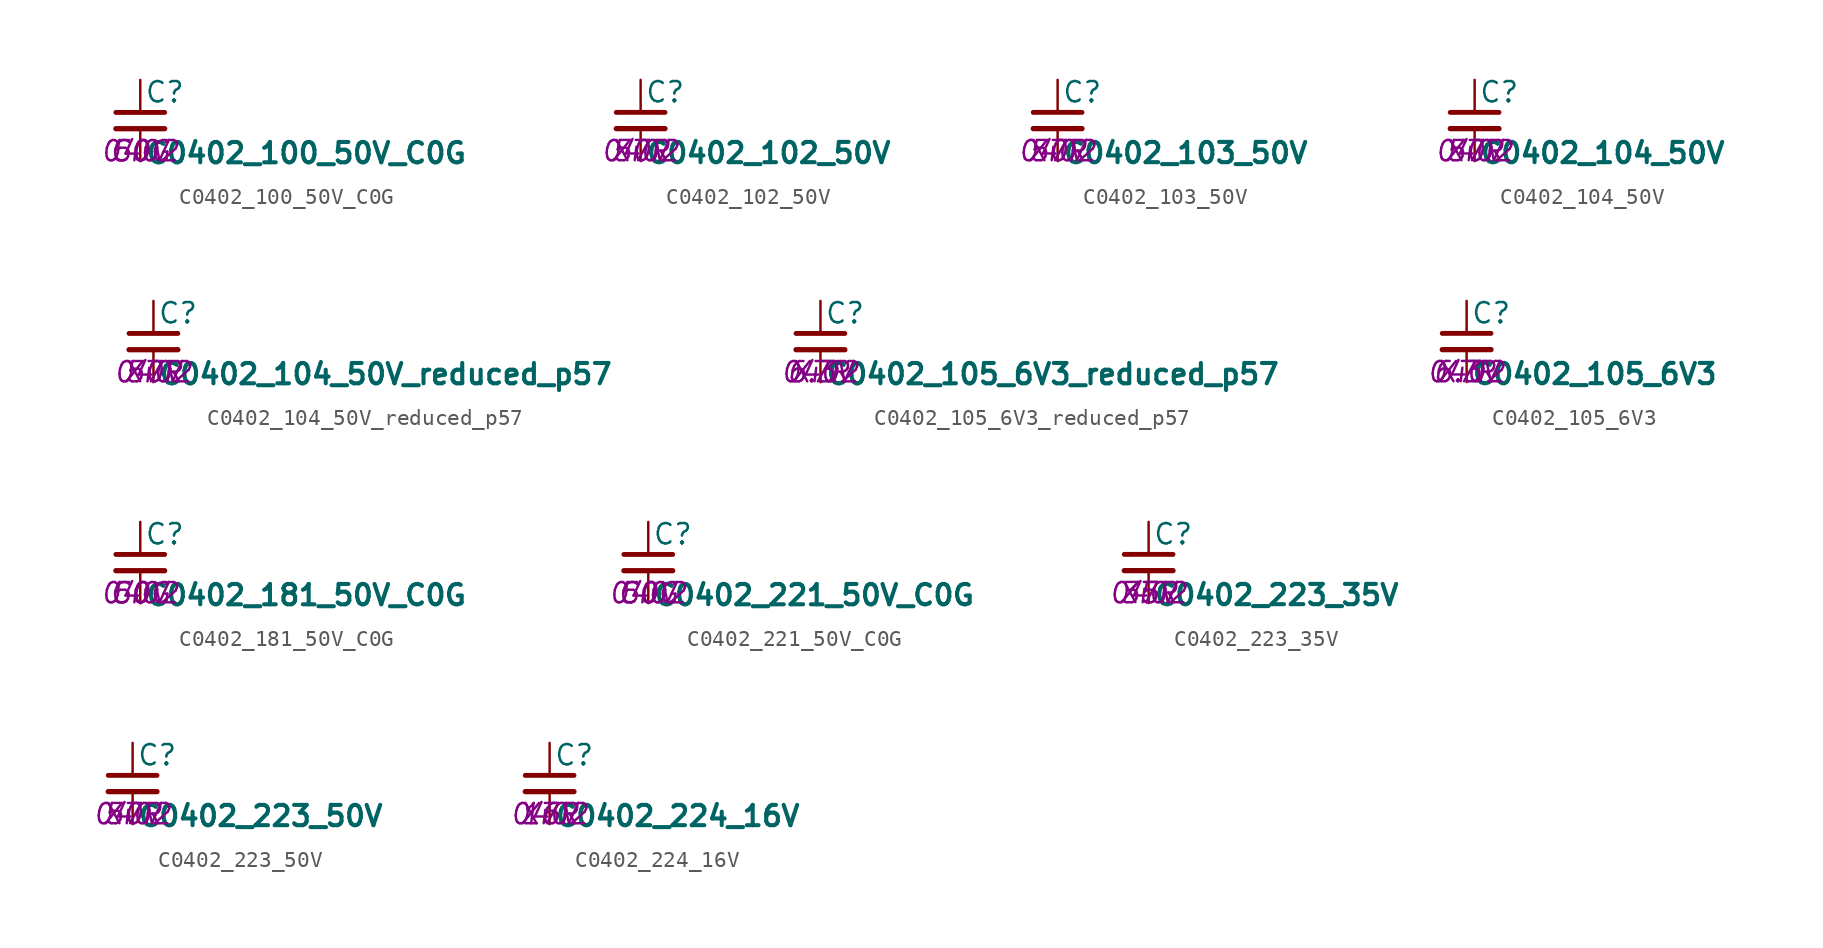
<source format=kicad_sym>
(kicad_symbol_lib
  (version 20211014)
  (generator kicad_symbol_editor)
  (symbol "C0402_100_50V_C0G"
    (pin_numbers hide)
    (pin_names
      (offset 0.254) hide)
    (property "Reference" "C"
      (at 0.254 1.778 0)
      (effects (font (size 1.27 1.27)) (justify left)))
    (property "Value" "C0402_100_50V_C0G"
      (at 0.254 -2.032 0)
      (effects (font (size 1.27 1.27) bold) (justify left)))
    (property "Case" "0402"
      (at 0 -1.905 0)
      (effects (font (size 1.27 1.27) italic)))
    (property "Tc" "C0G"
      (at 0 -1.905 0)
      (effects (font (size 1.27 1.27) italic)))
    (property "Vmax" "50V"
      (at 0 -1.905 0)
      (effects (font (size 1.27 1.27) italic)))
    (symbol "C0402_100_50V_C0G_0_1"
      (polyline (pts (xy -1.524 -0.508) (xy 1.524 -0.508)) (stroke (width 0.33) (type default) (color 0 0 0 0)) (fill (type none)))
      (polyline (pts (xy -1.524 0.508) (xy 1.524 0.508)) (stroke (width 0.305) (type default) (color 0 0 0 0)) (fill (type none))))
    (symbol "C0402_100_50V_C0G_1_1"
      (pin passive line (at 0 2.54 270) (length 2.032) (name "~" (effects (font (size 1.27 1.27)))) (number "1" (effects (font (size 1.27 1.27)))))
      (pin passive line (at 0 -2.54 90) (length 2.032) (name "~" (effects (font (size 1.27 1.27)))) (number "2" (effects (font (size 1.27 1.27)))))))
  (symbol "C0402_102_50V"
    (pin_numbers hide)
    (pin_names
      (offset 0.254) hide)
    (property "Reference" "C"
      (at 0.254 1.778 0)
      (effects (font (size 1.27 1.27)) (justify left)))
    (property "Value" "C0402_102_50V"
      (at 0.254 -2.032 0)
      (effects (font (size 1.27 1.27) bold) (justify left)))
    (property "Case" "0402"
      (at 0 -1.905 0)
      (effects (font (size 1.27 1.27) italic)))
    (property "Tc" "X7R"
      (at 0 -1.905 0)
      (effects (font (size 1.27 1.27) italic)))
    (property "Vmax" "50V"
      (at 0 -1.905 0)
      (effects (font (size 1.27 1.27) italic)))
    (symbol "C0402_102_50V_0_1"
      (polyline (pts (xy -1.524 -0.508) (xy 1.524 -0.508)) (stroke (width 0.33) (type default) (color 0 0 0 0)) (fill (type none)))
      (polyline (pts (xy -1.524 0.508) (xy 1.524 0.508)) (stroke (width 0.305) (type default) (color 0 0 0 0)) (fill (type none))))
    (symbol "C0402_102_50V_1_1"
      (pin passive line (at 0 2.54 270) (length 2.032) (name "~" (effects (font (size 1.27 1.27)))) (number "1" (effects (font (size 1.27 1.27)))))
      (pin passive line (at 0 -2.54 90) (length 2.032) (name "~" (effects (font (size 1.27 1.27)))) (number "2" (effects (font (size 1.27 1.27)))))))
  (symbol "C0402_103_50V"
    (pin_numbers hide)
    (pin_names
      (offset 0.254) hide)
    (property "Reference" "C"
      (at 0.254 1.778 0)
      (effects (font (size 1.27 1.27)) (justify left)))
    (property "Value" "C0402_103_50V"
      (at 0.254 -2.032 0)
      (effects (font (size 1.27 1.27) bold) (justify left)))
    (property "Case" "0402"
      (at 0 -1.905 0)
      (effects (font (size 1.27 1.27) italic)))
    (property "Tc" "X7R"
      (at 0 -1.905 0)
      (effects (font (size 1.27 1.27) italic)))
    (property "Vmax" "50V"
      (at 0 -1.905 0)
      (effects (font (size 1.27 1.27) italic)))
    (symbol "C0402_103_50V_0_1"
      (polyline (pts (xy -1.524 -0.508) (xy 1.524 -0.508)) (stroke (width 0.33) (type default) (color 0 0 0 0)) (fill (type none)))
      (polyline (pts (xy -1.524 0.508) (xy 1.524 0.508)) (stroke (width 0.305) (type default) (color 0 0 0 0)) (fill (type none))))
    (symbol "C0402_103_50V_1_1"
      (pin passive line (at 0 2.54 270) (length 2.032) (name "~" (effects (font (size 1.27 1.27)))) (number "1" (effects (font (size 1.27 1.27)))))
      (pin passive line (at 0 -2.54 90) (length 2.032) (name "~" (effects (font (size 1.27 1.27)))) (number "2" (effects (font (size 1.27 1.27)))))))
  (symbol "C0402_104_50V"
    (pin_numbers hide)
    (pin_names
      (offset 0.254) hide)
    (property "Reference" "C"
      (at 0.254 1.778 0)
      (effects (font (size 1.27 1.27)) (justify left)))
    (property "Value" "C0402_104_50V"
      (at 0.254 -2.032 0)
      (effects (font (size 1.27 1.27) bold) (justify left)))
    (property "Case" "0402"
      (at 0 -1.905 0)
      (effects (font (size 1.27 1.27) italic)))
    (property "Tc" "X7R"
      (at 0 -1.905 0)
      (effects (font (size 1.27 1.27) italic)))
    (property "Vmax" "50V"
      (at 0 -1.905 0)
      (effects (font (size 1.27 1.27) italic)))
    (symbol "C0402_104_50V_0_1"
      (polyline (pts (xy -1.524 -0.508) (xy 1.524 -0.508)) (stroke (width 0.33) (type default) (color 0 0 0 0)) (fill (type none)))
      (polyline (pts (xy -1.524 0.508) (xy 1.524 0.508)) (stroke (width 0.305) (type default) (color 0 0 0 0)) (fill (type none))))
    (symbol "C0402_104_50V_1_1"
      (pin passive line (at 0 2.54 270) (length 2.032) (name "~" (effects (font (size 1.27 1.27)))) (number "1" (effects (font (size 1.27 1.27)))))
      (pin passive line (at 0 -2.54 90) (length 2.032) (name "~" (effects (font (size 1.27 1.27)))) (number "2" (effects (font (size 1.27 1.27)))))))
  (symbol "C0402_104_50V_reduced_p57"
    (pin_numbers hide)
    (pin_names
      (offset 0.254) hide)
    (property "Reference" "C"
      (at 0.254 1.778 0)
      (effects (font (size 1.27 1.27)) (justify left)))
    (property "Value" "C0402_104_50V_reduced_p57"
      (at 0.254 -2.032 0)
      (effects (font (size 1.27 1.27) bold) (justify left)))
    (property "Case" "0402"
      (at 0 -1.905 0)
      (effects (font (size 1.27 1.27) italic)))
    (property "Tc" "X7R"
      (at 0 -1.905 0)
      (effects (font (size 1.27 1.27) italic)))
    (property "Vmax" "50V"
      (at 0 -1.905 0)
      (effects (font (size 1.27 1.27) italic)))
    (symbol "C0402_104_50V_reduced_p57_0_1"
      (polyline (pts (xy -1.524 -0.508) (xy 1.524 -0.508)) (stroke (width 0.33) (type default) (color 0 0 0 0)) (fill (type none)))
      (polyline (pts (xy -1.524 0.508) (xy 1.524 0.508)) (stroke (width 0.305) (type default) (color 0 0 0 0)) (fill (type none))))
    (symbol "C0402_104_50V_reduced_p57_1_1"
      (pin passive line (at 0 2.54 270) (length 2.032) (name "~" (effects (font (size 1.27 1.27)))) (number "1" (effects (font (size 1.27 1.27)))))
      (pin passive line (at 0 -2.54 90) (length 2.032) (name "~" (effects (font (size 1.27 1.27)))) (number "2" (effects (font (size 1.27 1.27)))))))
  (symbol "C0402_105_6V3_reduced_p57"
    (pin_numbers hide)
    (pin_names
      (offset 0.254) hide)
    (property "Reference" "C"
      (at 0.254 1.778 0)
      (effects (font (size 1.27 1.27)) (justify left)))
    (property "Value" "C0402_105_6V3_reduced_p57"
      (at 0.254 -2.032 0)
      (effects (font (size 1.27 1.27) bold) (justify left)))
    (property "Case" "0402"
      (at 0 -1.905 0)
      (effects (font (size 1.27 1.27) italic)))
    (property "Tc" "X7R"
      (at 0 -1.905 0)
      (effects (font (size 1.27 1.27) italic)))
    (property "Vmax" "6.3V"
      (at 0 -1.905 0)
      (effects (font (size 1.27 1.27) italic)))
    (symbol "C0402_105_6V3_reduced_p57_0_1"
      (polyline (pts (xy -1.524 -0.508) (xy 1.524 -0.508)) (stroke (width 0.33) (type default) (color 0 0 0 0)) (fill (type none)))
      (polyline (pts (xy -1.524 0.508) (xy 1.524 0.508)) (stroke (width 0.305) (type default) (color 0 0 0 0)) (fill (type none))))
    (symbol "C0402_105_6V3_reduced_p57_1_1"
      (pin passive line (at 0 2.54 270) (length 2.032) (name "~" (effects (font (size 1.27 1.27)))) (number "1" (effects (font (size 1.27 1.27)))))
      (pin passive line (at 0 -2.54 90) (length 2.032) (name "~" (effects (font (size 1.27 1.27)))) (number "2" (effects (font (size 1.27 1.27)))))))
  (symbol "C0402_105_6V3"
    (pin_numbers hide)
    (pin_names
      (offset 0.254) hide)
    (property "Reference" "C"
      (at 0.254 1.778 0)
      (effects (font (size 1.27 1.27)) (justify left)))
    (property "Value" "C0402_105_6V3"
      (at 0.254 -2.032 0)
      (effects (font (size 1.27 1.27) bold) (justify left)))
    (property "Case" "0402"
      (at 0 -1.905 0)
      (effects (font (size 1.27 1.27) italic)))
    (property "Tc" "X7R"
      (at 0 -1.905 0)
      (effects (font (size 1.27 1.27) italic)))
    (property "Vmax" "6.3V"
      (at 0 -1.905 0)
      (effects (font (size 1.27 1.27) italic)))
    (symbol "C0402_105_6V3_0_1"
      (polyline (pts (xy -1.524 -0.508) (xy 1.524 -0.508)) (stroke (width 0.33) (type default) (color 0 0 0 0)) (fill (type none)))
      (polyline (pts (xy -1.524 0.508) (xy 1.524 0.508)) (stroke (width 0.305) (type default) (color 0 0 0 0)) (fill (type none))))
    (symbol "C0402_105_6V3_1_1"
      (pin passive line (at 0 2.54 270) (length 2.032) (name "~" (effects (font (size 1.27 1.27)))) (number "1" (effects (font (size 1.27 1.27)))))
      (pin passive line (at 0 -2.54 90) (length 2.032) (name "~" (effects (font (size 1.27 1.27)))) (number "2" (effects (font (size 1.27 1.27)))))))
  (symbol "C0402_181_50V_C0G"
    (pin_numbers hide)
    (pin_names
      (offset 0.254) hide)
    (property "Reference" "C"
      (at 0.254 1.778 0)
      (effects (font (size 1.27 1.27)) (justify left)))
    (property "Value" "C0402_181_50V_C0G"
      (at 0.254 -2.032 0)
      (effects (font (size 1.27 1.27) bold) (justify left)))
    (property "Case" "0402"
      (at 0 -1.905 0)
      (effects (font (size 1.27 1.27) italic)))
    (property "Tc" "C0G"
      (at 0 -1.905 0)
      (effects (font (size 1.27 1.27) italic)))
    (property "Vmax" "50V"
      (at 0 -1.905 0)
      (effects (font (size 1.27 1.27) italic)))
    (symbol "C0402_181_50V_C0G_0_1"
      (polyline (pts (xy -1.524 -0.508) (xy 1.524 -0.508)) (stroke (width 0.33) (type default) (color 0 0 0 0)) (fill (type none)))
      (polyline (pts (xy -1.524 0.508) (xy 1.524 0.508)) (stroke (width 0.305) (type default) (color 0 0 0 0)) (fill (type none))))
    (symbol "C0402_181_50V_C0G_1_1"
      (pin passive line (at 0 2.54 270) (length 2.032) (name "~" (effects (font (size 1.27 1.27)))) (number "1" (effects (font (size 1.27 1.27)))))
      (pin passive line (at 0 -2.54 90) (length 2.032) (name "~" (effects (font (size 1.27 1.27)))) (number "2" (effects (font (size 1.27 1.27)))))))
  (symbol "C0402_221_50V_C0G"
    (pin_numbers hide)
    (pin_names
      (offset 0.254) hide)
    (property "Reference" "C"
      (at 0.254 1.778 0)
      (effects (font (size 1.27 1.27)) (justify left)))
    (property "Value" "C0402_221_50V_C0G"
      (at 0.254 -2.032 0)
      (effects (font (size 1.27 1.27) bold) (justify left)))
    (property "Case" "0402"
      (at 0 -1.905 0)
      (effects (font (size 1.27 1.27) italic)))
    (property "Tc" "C0G"
      (at 0 -1.905 0)
      (effects (font (size 1.27 1.27) italic)))
    (property "Vmax" "50V"
      (at 0 -1.905 0)
      (effects (font (size 1.27 1.27) italic)))
    (symbol "C0402_221_50V_C0G_0_1"
      (polyline (pts (xy -1.524 -0.508) (xy 1.524 -0.508)) (stroke (width 0.33) (type default) (color 0 0 0 0)) (fill (type none)))
      (polyline (pts (xy -1.524 0.508) (xy 1.524 0.508)) (stroke (width 0.305) (type default) (color 0 0 0 0)) (fill (type none))))
    (symbol "C0402_221_50V_C0G_1_1"
      (pin passive line (at 0 2.54 270) (length 2.032) (name "~" (effects (font (size 1.27 1.27)))) (number "1" (effects (font (size 1.27 1.27)))))
      (pin passive line (at 0 -2.54 90) (length 2.032) (name "~" (effects (font (size 1.27 1.27)))) (number "2" (effects (font (size 1.27 1.27)))))))
  (symbol "C0402_223_35V"
    (pin_numbers hide)
    (pin_names
      (offset 0.254) hide)
    (property "Reference" "C"
      (at 0.254 1.778 0)
      (effects (font (size 1.27 1.27)) (justify left)))
    (property "Value" "C0402_223_35V"
      (at 0.254 -2.032 0)
      (effects (font (size 1.27 1.27) bold) (justify left)))
    (property "Case" "0402"
      (at 0 -1.905 0)
      (effects (font (size 1.27 1.27) italic)))
    (property "Tc" "X7R"
      (at 0 -1.905 0)
      (effects (font (size 1.27 1.27) italic)))
    (property "Vmax" "35V"
      (at 0 -1.905 0)
      (effects (font (size 1.27 1.27) italic)))
    (symbol "C0402_223_35V_0_1"
      (polyline (pts (xy -1.524 -0.508) (xy 1.524 -0.508)) (stroke (width 0.33) (type default) (color 0 0 0 0)) (fill (type none)))
      (polyline (pts (xy -1.524 0.508) (xy 1.524 0.508)) (stroke (width 0.305) (type default) (color 0 0 0 0)) (fill (type none))))
    (symbol "C0402_223_35V_1_1"
      (pin passive line (at 0 2.54 270) (length 2.032) (name "~" (effects (font (size 1.27 1.27)))) (number "1" (effects (font (size 1.27 1.27)))))
      (pin passive line (at 0 -2.54 90) (length 2.032) (name "~" (effects (font (size 1.27 1.27)))) (number "2" (effects (font (size 1.27 1.27)))))))
  (symbol "C0402_223_50V"
    (pin_numbers hide)
    (pin_names
      (offset 0.254) hide)
    (property "Reference" "C"
      (at 0.254 1.778 0)
      (effects (font (size 1.27 1.27)) (justify left)))
    (property "Value" "C0402_223_50V"
      (at 0.254 -2.032 0)
      (effects (font (size 1.27 1.27) bold) (justify left)))
    (property "Case" "0402"
      (at 0 -1.905 0)
      (effects (font (size 1.27 1.27) italic)))
    (property "Tc" "X7R"
      (at 0 -1.905 0)
      (effects (font (size 1.27 1.27) italic)))
    (property "Vmax" "50V"
      (at 0 -1.905 0)
      (effects (font (size 1.27 1.27) italic)))
    (symbol "C0402_223_50V_0_1"
      (polyline (pts (xy -1.524 -0.508) (xy 1.524 -0.508)) (stroke (width 0.33) (type default) (color 0 0 0 0)) (fill (type none)))
      (polyline (pts (xy -1.524 0.508) (xy 1.524 0.508)) (stroke (width 0.305) (type default) (color 0 0 0 0)) (fill (type none))))
    (symbol "C0402_223_50V_1_1"
      (pin passive line (at 0 2.54 270) (length 2.032) (name "~" (effects (font (size 1.27 1.27)))) (number "1" (effects (font (size 1.27 1.27)))))
      (pin passive line (at 0 -2.54 90) (length 2.032) (name "~" (effects (font (size 1.27 1.27)))) (number "2" (effects (font (size 1.27 1.27)))))))
  (symbol "C0402_224_16V"
    (pin_numbers hide)
    (pin_names
      (offset 0.254) hide)
    (property "Reference" "C"
      (at 0.254 1.778 0)
      (effects (font (size 1.27 1.27)) (justify left)))
    (property "Value" "C0402_224_16V"
      (at 0.254 -2.032 0)
      (effects (font (size 1.27 1.27) bold) (justify left)))
    (property "Case" "0402"
      (at 0 -1.905 0)
      (effects (font (size 1.27 1.27) italic)))
    (property "Tc" "X7R"
      (at 0 -1.905 0)
      (effects (font (size 1.27 1.27) italic)))
    (property "Vmax" "16V"
      (at 0 -1.905 0)
      (effects (font (size 1.27 1.27) italic)))
    (symbol "C0402_224_16V_0_1"
      (polyline (pts (xy -1.524 -0.508) (xy 1.524 -0.508)) (stroke (width 0.33) (type default) (color 0 0 0 0)) (fill (type none)))
      (polyline (pts (xy -1.524 0.508) (xy 1.524 0.508)) (stroke (width 0.305) (type default) (color 0 0 0 0)) (fill (type none))))
    (symbol "C0402_224_16V_1_1"
      (pin passive line (at 0 2.54 270) (length 2.032) (name "~" (effects (font (size 1.27 1.27)))) (number "1" (effects (font (size 1.27 1.27)))))
      (pin passive line (at 0 -2.54 90) (length 2.032) (name "~" (effects (font (size 1.27 1.27)))) (number "2" (effects (font (size 1.27 1.27))))))))
</source>
